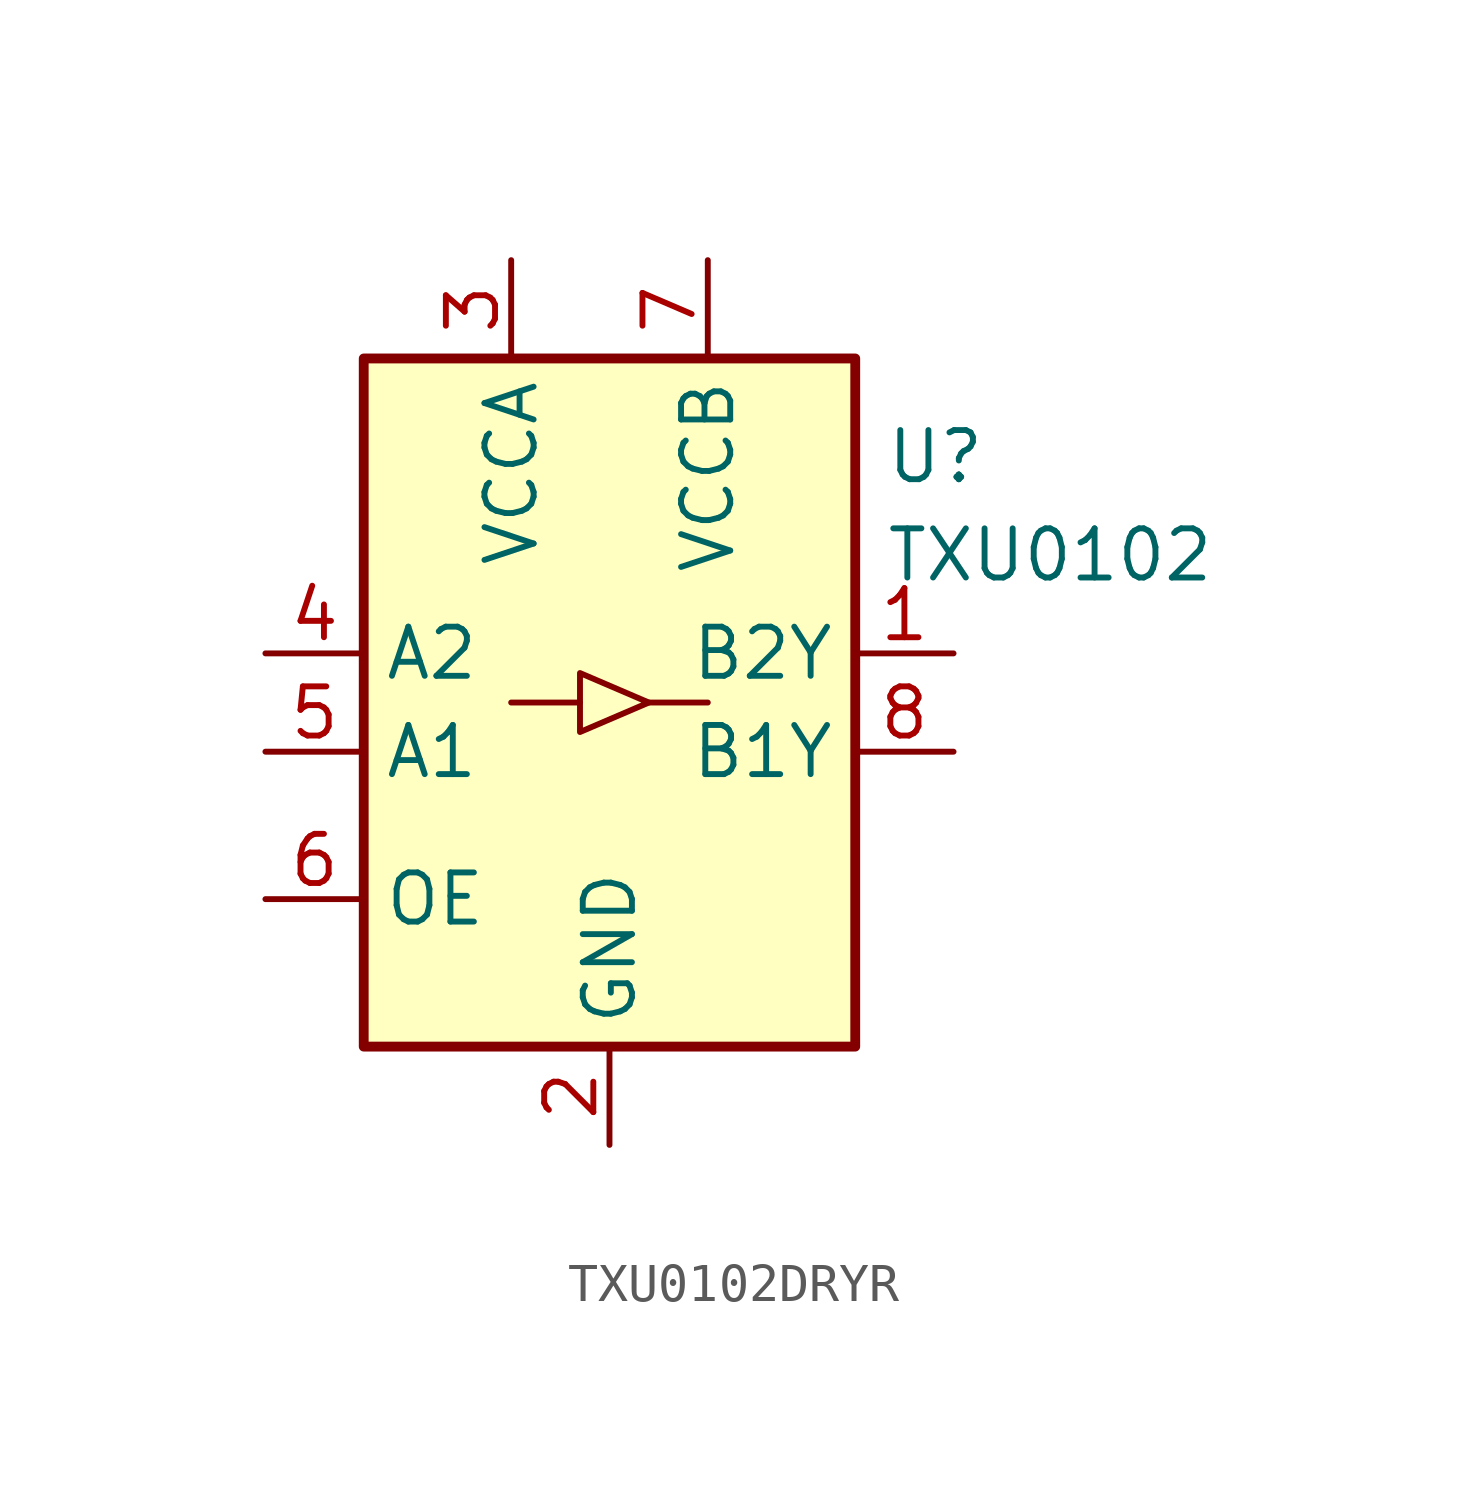
<source format=kicad_sym>
(kicad_symbol_lib
  (version 20241209)
  (generator "kicad_symbol_editor")
  (generator_version "9.0")
  (symbol "TXU0102DRYR"
    (property "Reference" "U"
      (at 7.112 6.35 0)
      (effects (font (size 1.27 1.27)) (justify left)))
    (property "Value" "TXU0102"
      (at 7.112 3.81 0)
      (effects (font (size 1.27 1.27)) (justify left)))
    (symbol "TXU0102DRYR_0_1"
      (rectangle (start -6.35 8.89) (end 6.35 -8.89) (stroke (width 0.254) (type default)) (fill (type background)))
      (polyline (pts (xy -0.762 0) (xy -2.54 0)) (stroke (width 0) (type default)) (fill (type none)))
      (polyline (pts (xy 1.016 0) (xy 2.54 0)) (stroke (width 0) (type default)) (fill (type none))))
    (symbol "TXU0102DRYR_1_1"
      (polyline (pts (xy -0.762 -0.762) (xy -0.762 0.762) (xy 1.016 0) (xy -0.762 -0.762)) (stroke (width 0) (type default)) (fill (type none)))
      (pin input line (at -8.89 1.27 0) (length 2.54) (name "A2" (effects (font (size 1.27 1.27)))) (number "4" (effects (font (size 1.27 1.27)))))
      (pin input line (at -8.89 -1.27 0) (length 2.54) (name "A1" (effects (font (size 1.27 1.27)))) (number "5" (effects (font (size 1.27 1.27)))))
      (pin input line (at -8.89 -5.08 0) (length 2.54) (name "OE" (effects (font (size 1.27 1.27)))) (number "6" (effects (font (size 1.27 1.27)))))
      (pin power_in line (at -2.54 11.43 270) (length 2.54) (name "VCCA" (effects (font (size 1.27 1.27)))) (number "3" (effects (font (size 1.27 1.27)))))
      (pin power_in line (at 0 -11.43 90) (length 2.54) (name "GND" (effects (font (size 1.27 1.27)))) (number "2" (effects (font (size 1.27 1.27)))))
      (pin power_in line (at 2.54 11.43 270) (length 2.54) (name "VCCB" (effects (font (size 1.27 1.27)))) (number "7" (effects (font (size 1.27 1.27)))))
      (pin output line (at 8.89 1.27 180) (length 2.54) (name "B2Y" (effects (font (size 1.27 1.27)))) (number "1" (effects (font (size 1.27 1.27)))))
      (pin output line (at 8.89 -1.27 180) (length 2.54) (name "B1Y" (effects (font (size 1.27 1.27)))) (number "8" (effects (font (size 1.27 1.27))))))))
</source>
